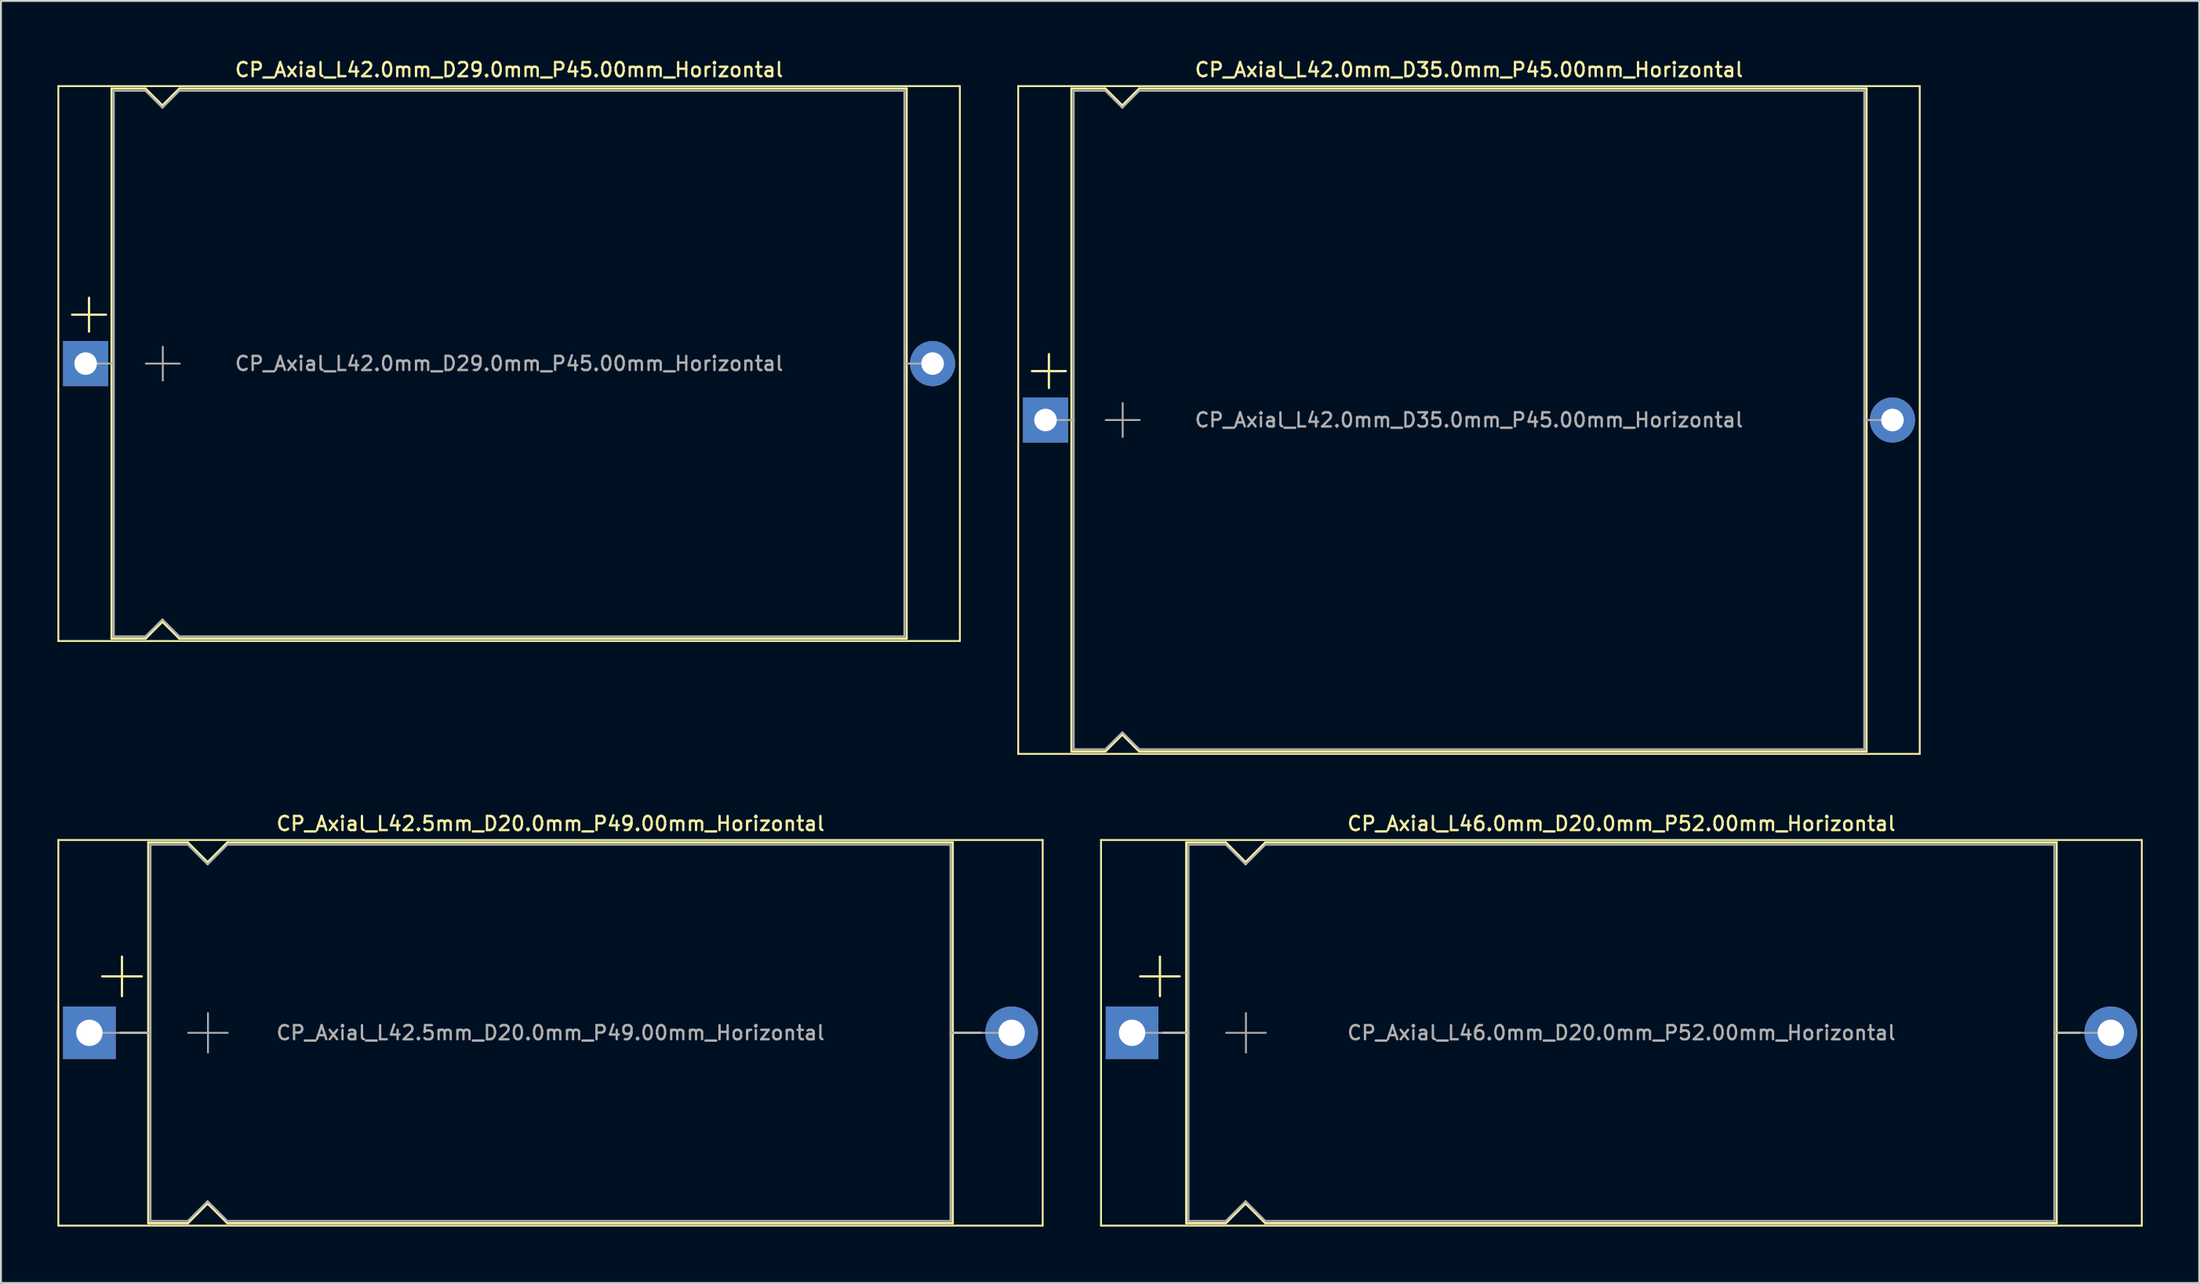
<source format=kicad_pcb>
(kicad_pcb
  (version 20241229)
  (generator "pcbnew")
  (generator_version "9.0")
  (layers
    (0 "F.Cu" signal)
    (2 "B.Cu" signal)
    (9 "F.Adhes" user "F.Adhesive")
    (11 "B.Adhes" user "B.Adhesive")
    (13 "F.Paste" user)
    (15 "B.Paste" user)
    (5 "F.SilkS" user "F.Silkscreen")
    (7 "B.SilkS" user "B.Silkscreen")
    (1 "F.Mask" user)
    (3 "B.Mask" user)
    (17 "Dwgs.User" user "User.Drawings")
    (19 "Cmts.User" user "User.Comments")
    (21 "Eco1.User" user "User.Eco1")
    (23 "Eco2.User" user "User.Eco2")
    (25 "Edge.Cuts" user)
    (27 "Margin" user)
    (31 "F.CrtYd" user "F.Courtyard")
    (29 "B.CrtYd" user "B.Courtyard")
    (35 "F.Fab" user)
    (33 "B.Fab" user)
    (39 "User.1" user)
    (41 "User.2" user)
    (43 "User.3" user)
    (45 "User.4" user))
  (footprint "CP_Axial_L42.5mm_D20.0mm_P49.00mm_Horizontal"
    (layer "F.Cu")
    (at 1.7 51.856)
    (property "Reference" "CP_Axial_L42.5mm_D20.0mm_P49.00mm_Horizontal" (at 24.5 -11.12 0) (layer "F.SilkS") (effects (font (size 0.75 0.75) (thickness 0.125))))
    (attr through_hole)
    (fp_line (start -1.65 -10.25) (end -1.65 10.25) (stroke (width 0.1) (type solid)) (layer "F.SilkS"))
    (fp_line (start -1.65 10.25) (end 50.65 10.25) (stroke (width 0.1) (type solid)) (layer "F.SilkS"))
    (fp_line (start 0.68 -3) (end 2.78 -3) (stroke (width 0.12) (type solid)) (layer "F.SilkS"))
    (fp_line (start 1.64 0) (end 3.13 0) (stroke (width 0.12) (type solid)) (layer "F.SilkS"))
    (fp_line (start 1.73 -4.05) (end 1.73 -1.95) (stroke (width 0.12) (type solid)) (layer "F.SilkS"))
    (fp_line (start 3.13 -10.12) (end 3.13 10.12) (stroke (width 0.12) (type solid)) (layer "F.SilkS"))
    (fp_line (start 3.13 -10.12) (end 5.23 -10.12) (stroke (width 0.12) (type solid)) (layer "F.SilkS"))
    (fp_line (start 3.13 10.12) (end 5.23 10.12) (stroke (width 0.12) (type solid)) (layer "F.SilkS"))
    (fp_line (start 5.23 -10.12) (end 6.28 -9.07) (stroke (width 0.12) (type solid)) (layer "F.SilkS"))
    (fp_line (start 5.23 10.12) (end 6.28 9.07) (stroke (width 0.12) (type solid)) (layer "F.SilkS"))
    (fp_line (start 6.28 -9.07) (end 7.33 -10.12) (stroke (width 0.12) (type solid)) (layer "F.SilkS"))
    (fp_line (start 6.28 9.07) (end 7.33 10.12) (stroke (width 0.12) (type solid)) (layer "F.SilkS"))
    (fp_line (start 7.33 -10.12) (end 45.87 -10.12) (stroke (width 0.12) (type solid)) (layer "F.SilkS"))
    (fp_line (start 7.33 10.12) (end 45.87 10.12) (stroke (width 0.12) (type solid)) (layer "F.SilkS"))
    (fp_line (start 45.87 -10.12) (end 45.87 10.12) (stroke (width 0.12) (type solid)) (layer "F.SilkS"))
    (fp_line (start 47.36 0) (end 45.87 0) (stroke (width 0.12) (type solid)) (layer "F.SilkS"))
    (fp_line (start 50.65 -10.25) (end -1.65 -10.25) (stroke (width 0.1) (type solid)) (layer "F.SilkS"))
    (fp_line (start 50.65 10.25) (end 50.65 -10.25) (stroke (width 0.1) (type solid)) (layer "F.SilkS"))
    (fp_line (start 0 0) (end 3.25 0) (stroke (width 0.1) (type solid)) (layer "F.Fab"))
    (fp_line (start 3.25 -10) (end 3.25 10) (stroke (width 0.1) (type solid)) (layer "F.Fab"))
    (fp_line (start 3.25 -10) (end 5.23 -10) (stroke (width 0.1) (type solid)) (layer "F.Fab"))
    (fp_line (start 3.25 10) (end 5.23 10) (stroke (width 0.1) (type solid)) (layer "F.Fab"))
    (fp_line (start 5.23 -10) (end 6.28 -8.95) (stroke (width 0.1) (type solid)) (layer "F.Fab"))
    (fp_line (start 5.23 10) (end 6.28 8.95) (stroke (width 0.1) (type solid)) (layer "F.Fab"))
    (fp_line (start 5.25 0) (end 7.35 0) (stroke (width 0.1) (type solid)) (layer "F.Fab"))
    (fp_line (start 6.28 -8.95) (end 7.33 -10) (stroke (width 0.1) (type solid)) (layer "F.Fab"))
    (fp_line (start 6.28 8.95) (end 7.33 10) (stroke (width 0.1) (type solid)) (layer "F.Fab"))
    (fp_line (start 6.3 -1.05) (end 6.3 1.05) (stroke (width 0.1) (type solid)) (layer "F.Fab"))
    (fp_line (start 7.33 -10) (end 45.75 -10) (stroke (width 0.1) (type solid)) (layer "F.Fab"))
    (fp_line (start 7.33 10) (end 45.75 10) (stroke (width 0.1) (type solid)) (layer "F.Fab"))
    (fp_line (start 45.75 -10) (end 45.75 10) (stroke (width 0.1) (type solid)) (layer "F.Fab"))
    (fp_line (start 49 0) (end 45.75 0) (stroke (width 0.1) (type solid)) (layer "F.Fab"))
    (fp_text user "${REFERENCE}" (at 24.5 0 0) (layer "F.Fab") (effects (font (size 0.75 0.75) (thickness 0.125))))
    (pad "1" thru_hole rect (at 0 0) (size 2.8 2.8) (drill 1.4) (layers "*.Cu" "*.Mask"))
    (pad "2" thru_hole oval (at 49 0) (size 2.8 2.8) (drill 1.4) (layers "*.Cu" "*.Mask")))
  (footprint "CP_Axial_L42.0mm_D29.0mm_P45.00mm_Horizontal"
    (layer "F.Cu")
    (at 1.5 16.278)
    (property "Reference" "CP_Axial_L42.0mm_D29.0mm_P45.00mm_Horizontal" (at 22.5 -15.62 0) (layer "F.SilkS") (effects (font (size 0.75 0.75) (thickness 0.125))))
    (attr through_hole)
    (fp_line (start -1.45 -14.75) (end -1.45 14.75) (stroke (width 0.1) (type solid)) (layer "F.SilkS"))
    (fp_line (start -1.45 14.75) (end 46.45 14.75) (stroke (width 0.1) (type solid)) (layer "F.SilkS"))
    (fp_line (start -0.72 -2.6) (end 1.08 -2.6) (stroke (width 0.12) (type solid)) (layer "F.SilkS"))
    (fp_line (start 0.18 -3.5) (end 0.18 -1.7) (stroke (width 0.12) (type solid)) (layer "F.SilkS"))
    (fp_line (start 1.38 -14.62) (end 1.38 14.62) (stroke (width 0.12) (type solid)) (layer "F.SilkS"))
    (fp_line (start 1.38 -14.62) (end 3.18 -14.62) (stroke (width 0.12) (type solid)) (layer "F.SilkS"))
    (fp_line (start 1.38 14.62) (end 3.18 14.62) (stroke (width 0.12) (type solid)) (layer "F.SilkS"))
    (fp_line (start 3.18 -14.62) (end 4.08 -13.72) (stroke (width 0.12) (type solid)) (layer "F.SilkS"))
    (fp_line (start 3.18 14.62) (end 4.08 13.72) (stroke (width 0.12) (type solid)) (layer "F.SilkS"))
    (fp_line (start 4.08 -13.72) (end 4.98 -14.62) (stroke (width 0.12) (type solid)) (layer "F.SilkS"))
    (fp_line (start 4.08 13.72) (end 4.98 14.62) (stroke (width 0.12) (type solid)) (layer "F.SilkS"))
    (fp_line (start 4.98 -14.62) (end 43.62 -14.62) (stroke (width 0.12) (type solid)) (layer "F.SilkS"))
    (fp_line (start 4.98 14.62) (end 43.62 14.62) (stroke (width 0.12) (type solid)) (layer "F.SilkS"))
    (fp_line (start 43.62 -14.62) (end 43.62 14.62) (stroke (width 0.12) (type solid)) (layer "F.SilkS"))
    (fp_line (start 46.45 -14.75) (end -1.45 -14.75) (stroke (width 0.1) (type solid)) (layer "F.SilkS"))
    (fp_line (start 46.45 14.75) (end 46.45 -14.75) (stroke (width 0.1) (type solid)) (layer "F.SilkS"))
    (fp_line (start 0 0) (end 1.5 0) (stroke (width 0.1) (type solid)) (layer "F.Fab"))
    (fp_line (start 1.5 -14.5) (end 1.5 14.5) (stroke (width 0.1) (type solid)) (layer "F.Fab"))
    (fp_line (start 1.5 -14.5) (end 3.18 -14.5) (stroke (width 0.1) (type solid)) (layer "F.Fab"))
    (fp_line (start 1.5 14.5) (end 3.18 14.5) (stroke (width 0.1) (type solid)) (layer "F.Fab"))
    (fp_line (start 3.18 -14.5) (end 4.08 -13.6) (stroke (width 0.1) (type solid)) (layer "F.Fab"))
    (fp_line (start 3.18 14.5) (end 4.08 13.6) (stroke (width 0.1) (type solid)) (layer "F.Fab"))
    (fp_line (start 3.2 0) (end 5 0) (stroke (width 0.1) (type solid)) (layer "F.Fab"))
    (fp_line (start 4.08 -13.6) (end 4.98 -14.5) (stroke (width 0.1) (type solid)) (layer "F.Fab"))
    (fp_line (start 4.08 13.6) (end 4.98 14.5) (stroke (width 0.1) (type solid)) (layer "F.Fab"))
    (fp_line (start 4.1 -0.9) (end 4.1 0.9) (stroke (width 0.1) (type solid)) (layer "F.Fab"))
    (fp_line (start 4.98 -14.5) (end 43.5 -14.5) (stroke (width 0.1) (type solid)) (layer "F.Fab"))
    (fp_line (start 4.98 14.5) (end 43.5 14.5) (stroke (width 0.1) (type solid)) (layer "F.Fab"))
    (fp_line (start 43.5 -14.5) (end 43.5 14.5) (stroke (width 0.1) (type solid)) (layer "F.Fab"))
    (fp_line (start 45 0) (end 43.5 0) (stroke (width 0.1) (type solid)) (layer "F.Fab"))
    (fp_text user "${REFERENCE}" (at 22.5 0 0) (layer "F.Fab") (effects (font (size 0.75 0.75) (thickness 0.125))))
    (pad "1" thru_hole rect (at 0 0) (size 2.4 2.4) (drill 1.2) (layers "*.Cu" "*.Mask"))
    (pad "2" thru_hole oval (at 45 0) (size 2.4 2.4) (drill 1.2) (layers "*.Cu" "*.Mask")))
  (footprint "CP_Axial_L42.0mm_D35.0mm_P45.00mm_Horizontal"
    (layer "F.Cu")
    (at 52.5 19.278)
    (property "Reference" "CP_Axial_L42.0mm_D35.0mm_P45.00mm_Horizontal" (at 22.5 -18.62 0) (layer "F.SilkS") (effects (font (size 0.75 0.75) (thickness 0.125))))
    (attr through_hole)
    (fp_line (start -1.45 -17.75) (end -1.45 17.75) (stroke (width 0.1) (type solid)) (layer "F.SilkS"))
    (fp_line (start -1.45 17.75) (end 46.45 17.75) (stroke (width 0.1) (type solid)) (layer "F.SilkS"))
    (fp_line (start -0.72 -2.6) (end 1.08 -2.6) (stroke (width 0.12) (type solid)) (layer "F.SilkS"))
    (fp_line (start 0.18 -3.5) (end 0.18 -1.7) (stroke (width 0.12) (type solid)) (layer "F.SilkS"))
    (fp_line (start 1.38 -17.62) (end 1.38 17.62) (stroke (width 0.12) (type solid)) (layer "F.SilkS"))
    (fp_line (start 1.38 -17.62) (end 3.18 -17.62) (stroke (width 0.12) (type solid)) (layer "F.SilkS"))
    (fp_line (start 1.38 17.62) (end 3.18 17.62) (stroke (width 0.12) (type solid)) (layer "F.SilkS"))
    (fp_line (start 3.18 -17.62) (end 4.08 -16.72) (stroke (width 0.12) (type solid)) (layer "F.SilkS"))
    (fp_line (start 3.18 17.62) (end 4.08 16.72) (stroke (width 0.12) (type solid)) (layer "F.SilkS"))
    (fp_line (start 4.08 -16.72) (end 4.98 -17.62) (stroke (width 0.12) (type solid)) (layer "F.SilkS"))
    (fp_line (start 4.08 16.72) (end 4.98 17.62) (stroke (width 0.12) (type solid)) (layer "F.SilkS"))
    (fp_line (start 4.98 -17.62) (end 43.62 -17.62) (stroke (width 0.12) (type solid)) (layer "F.SilkS"))
    (fp_line (start 4.98 17.62) (end 43.62 17.62) (stroke (width 0.12) (type solid)) (layer "F.SilkS"))
    (fp_line (start 43.62 -17.62) (end 43.62 17.62) (stroke (width 0.12) (type solid)) (layer "F.SilkS"))
    (fp_line (start 46.45 -17.75) (end -1.45 -17.75) (stroke (width 0.1) (type solid)) (layer "F.SilkS"))
    (fp_line (start 46.45 17.75) (end 46.45 -17.75) (stroke (width 0.1) (type solid)) (layer "F.SilkS"))
    (fp_line (start 0 0) (end 1.5 0) (stroke (width 0.1) (type solid)) (layer "F.Fab"))
    (fp_line (start 1.5 -17.5) (end 1.5 17.5) (stroke (width 0.1) (type solid)) (layer "F.Fab"))
    (fp_line (start 1.5 -17.5) (end 3.18 -17.5) (stroke (width 0.1) (type solid)) (layer "F.Fab"))
    (fp_line (start 1.5 17.5) (end 3.18 17.5) (stroke (width 0.1) (type solid)) (layer "F.Fab"))
    (fp_line (start 3.18 -17.5) (end 4.08 -16.6) (stroke (width 0.1) (type solid)) (layer "F.Fab"))
    (fp_line (start 3.18 17.5) (end 4.08 16.6) (stroke (width 0.1) (type solid)) (layer "F.Fab"))
    (fp_line (start 3.2 0) (end 5 0) (stroke (width 0.1) (type solid)) (layer "F.Fab"))
    (fp_line (start 4.08 -16.6) (end 4.98 -17.5) (stroke (width 0.1) (type solid)) (layer "F.Fab"))
    (fp_line (start 4.08 16.6) (end 4.98 17.5) (stroke (width 0.1) (type solid)) (layer "F.Fab"))
    (fp_line (start 4.1 -0.9) (end 4.1 0.9) (stroke (width 0.1) (type solid)) (layer "F.Fab"))
    (fp_line (start 4.98 -17.5) (end 43.5 -17.5) (stroke (width 0.1) (type solid)) (layer "F.Fab"))
    (fp_line (start 4.98 17.5) (end 43.5 17.5) (stroke (width 0.1) (type solid)) (layer "F.Fab"))
    (fp_line (start 43.5 -17.5) (end 43.5 17.5) (stroke (width 0.1) (type solid)) (layer "F.Fab"))
    (fp_line (start 45 0) (end 43.5 0) (stroke (width 0.1) (type solid)) (layer "F.Fab"))
    (fp_text user "${REFERENCE}" (at 22.5 0 0) (layer "F.Fab") (effects (font (size 0.75 0.75) (thickness 0.125))))
    (pad "1" thru_hole rect (at 0 0) (size 2.4 2.4) (drill 1.2) (layers "*.Cu" "*.Mask"))
    (pad "2" thru_hole oval (at 45 0) (size 2.4 2.4) (drill 1.2) (layers "*.Cu" "*.Mask")))
  (footprint "CP_Axial_L46.0mm_D20.0mm_P52.00mm_Horizontal"
    (layer "F.Cu")
    (at 57.1 51.856)
    (property "Reference" "CP_Axial_L46.0mm_D20.0mm_P52.00mm_Horizontal" (at 26 -11.12 0) (layer "F.SilkS") (effects (font (size 0.75 0.75) (thickness 0.125))))
    (attr through_hole)
    (fp_line (start -1.65 -10.25) (end -1.65 10.25) (stroke (width 0.1) (type solid)) (layer "F.SilkS"))
    (fp_line (start -1.65 10.25) (end 53.65 10.25) (stroke (width 0.1) (type solid)) (layer "F.SilkS"))
    (fp_line (start 0.43 -3) (end 2.53 -3) (stroke (width 0.12) (type solid)) (layer "F.SilkS"))
    (fp_line (start 1.48 -4.05) (end 1.48 -1.95) (stroke (width 0.12) (type solid)) (layer "F.SilkS"))
    (fp_line (start 1.64 0) (end 2.88 0) (stroke (width 0.12) (type solid)) (layer "F.SilkS"))
    (fp_line (start 2.88 -10.12) (end 2.88 10.12) (stroke (width 0.12) (type solid)) (layer "F.SilkS"))
    (fp_line (start 2.88 -10.12) (end 4.98 -10.12) (stroke (width 0.12) (type solid)) (layer "F.SilkS"))
    (fp_line (start 2.88 10.12) (end 4.98 10.12) (stroke (width 0.12) (type solid)) (layer "F.SilkS"))
    (fp_line (start 4.98 -10.12) (end 6.03 -9.07) (stroke (width 0.12) (type solid)) (layer "F.SilkS"))
    (fp_line (start 4.98 10.12) (end 6.03 9.07) (stroke (width 0.12) (type solid)) (layer "F.SilkS"))
    (fp_line (start 6.03 -9.07) (end 7.08 -10.12) (stroke (width 0.12) (type solid)) (layer "F.SilkS"))
    (fp_line (start 6.03 9.07) (end 7.08 10.12) (stroke (width 0.12) (type solid)) (layer "F.SilkS"))
    (fp_line (start 7.08 -10.12) (end 49.12 -10.12) (stroke (width 0.12) (type solid)) (layer "F.SilkS"))
    (fp_line (start 7.08 10.12) (end 49.12 10.12) (stroke (width 0.12) (type solid)) (layer "F.SilkS"))
    (fp_line (start 49.12 -10.12) (end 49.12 10.12) (stroke (width 0.12) (type solid)) (layer "F.SilkS"))
    (fp_line (start 50.36 0) (end 49.12 0) (stroke (width 0.12) (type solid)) (layer "F.SilkS"))
    (fp_line (start 53.65 -10.25) (end -1.65 -10.25) (stroke (width 0.1) (type solid)) (layer "F.SilkS"))
    (fp_line (start 53.65 10.25) (end 53.65 -10.25) (stroke (width 0.1) (type solid)) (layer "F.SilkS"))
    (fp_line (start 0 0) (end 3 0) (stroke (width 0.1) (type solid)) (layer "F.Fab"))
    (fp_line (start 3 -10) (end 3 10) (stroke (width 0.1) (type solid)) (layer "F.Fab"))
    (fp_line (start 3 -10) (end 4.98 -10) (stroke (width 0.1) (type solid)) (layer "F.Fab"))
    (fp_line (start 3 10) (end 4.98 10) (stroke (width 0.1) (type solid)) (layer "F.Fab"))
    (fp_line (start 4.98 -10) (end 6.03 -8.95) (stroke (width 0.1) (type solid)) (layer "F.Fab"))
    (fp_line (start 4.98 10) (end 6.03 8.95) (stroke (width 0.1) (type solid)) (layer "F.Fab"))
    (fp_line (start 5 0) (end 7.1 0) (stroke (width 0.1) (type solid)) (layer "F.Fab"))
    (fp_line (start 6.03 -8.95) (end 7.08 -10) (stroke (width 0.1) (type solid)) (layer "F.Fab"))
    (fp_line (start 6.03 8.95) (end 7.08 10) (stroke (width 0.1) (type solid)) (layer "F.Fab"))
    (fp_line (start 6.05 -1.05) (end 6.05 1.05) (stroke (width 0.1) (type solid)) (layer "F.Fab"))
    (fp_line (start 7.08 -10) (end 49 -10) (stroke (width 0.1) (type solid)) (layer "F.Fab"))
    (fp_line (start 7.08 10) (end 49 10) (stroke (width 0.1) (type solid)) (layer "F.Fab"))
    (fp_line (start 49 -10) (end 49 10) (stroke (width 0.1) (type solid)) (layer "F.Fab"))
    (fp_line (start 52 0) (end 49 0) (stroke (width 0.1) (type solid)) (layer "F.Fab"))
    (fp_text user "${REFERENCE}" (at 26 0 0) (layer "F.Fab") (effects (font (size 0.75 0.75) (thickness 0.125))))
    (pad "1" thru_hole rect (at 0 0) (size 2.8 2.8) (drill 1.4) (layers "*.Cu" "*.Mask"))
    (pad "2" thru_hole oval (at 52 0) (size 2.8 2.8) (drill 1.4) (layers "*.Cu" "*.Mask")))
  (gr_rect
    (start -3 -3)
    (end 113.8 65.156)
    (stroke (width 0.1) (type default))
    (fill no)
    (layer "Edge.Cuts")))
</source>
